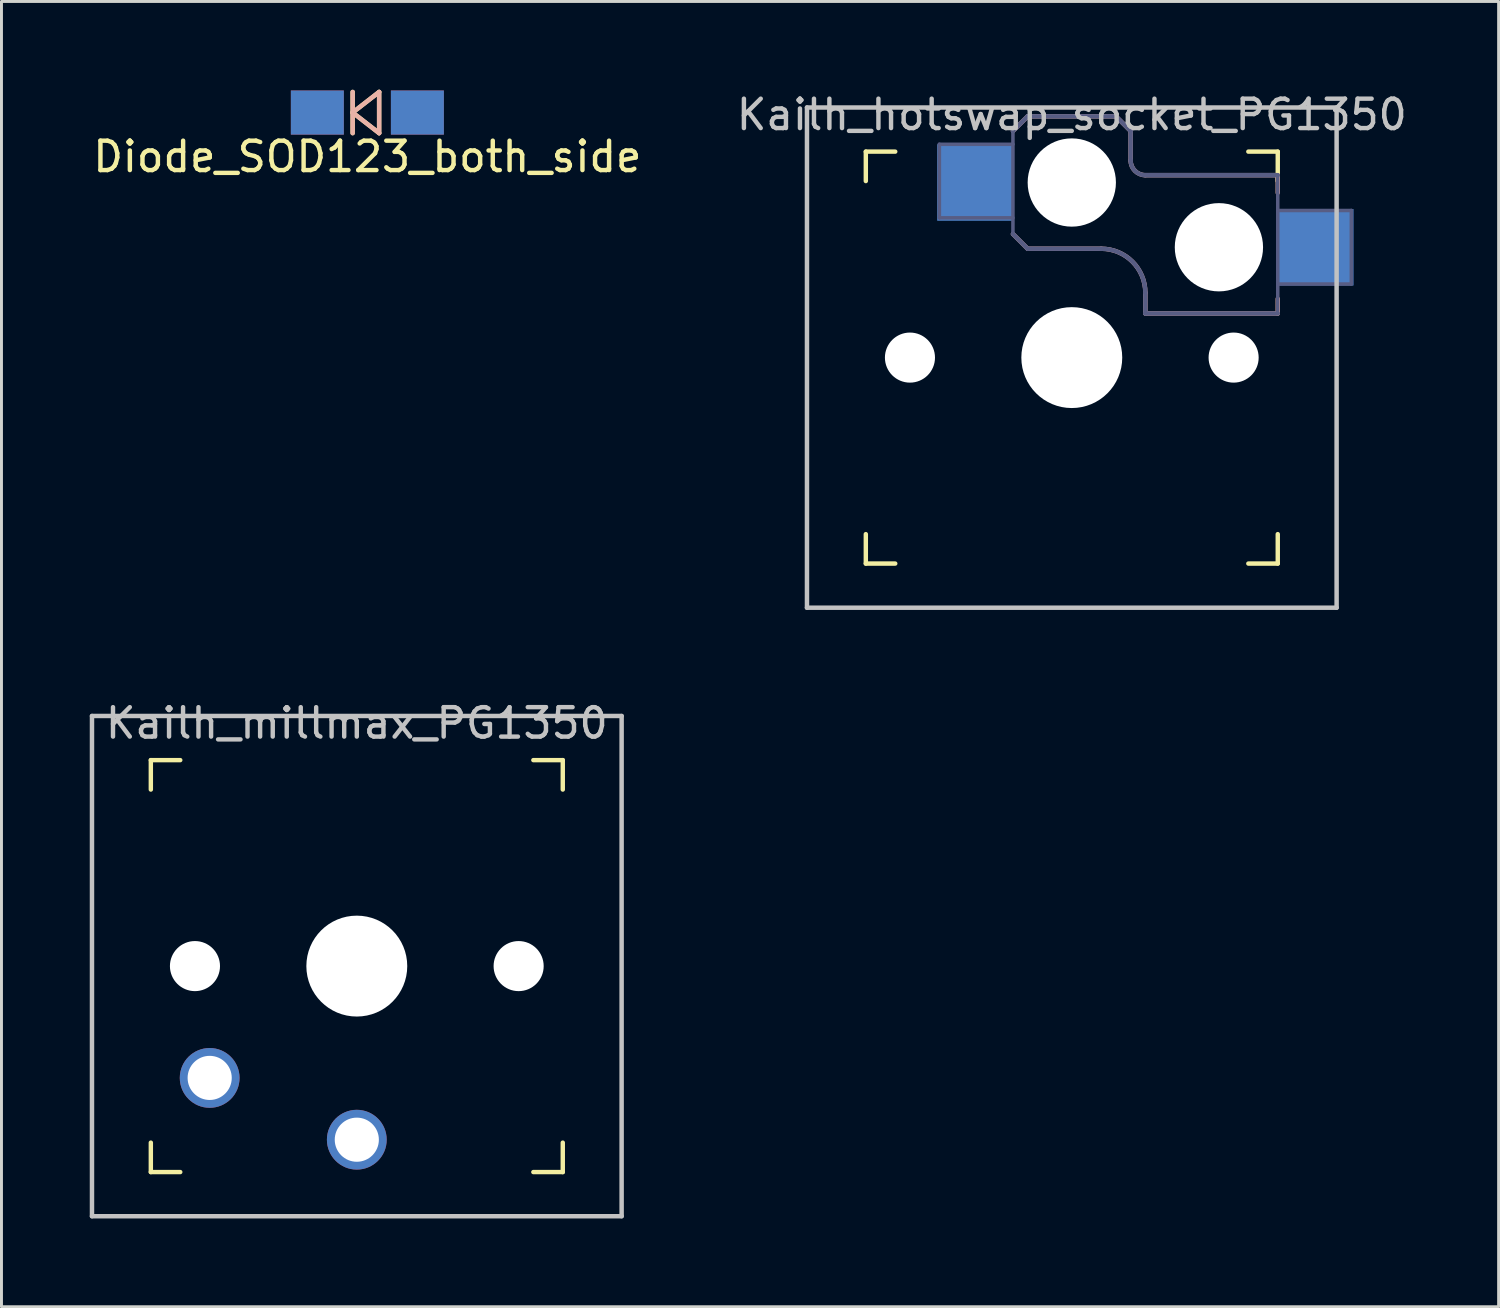
<source format=kicad_pcb>
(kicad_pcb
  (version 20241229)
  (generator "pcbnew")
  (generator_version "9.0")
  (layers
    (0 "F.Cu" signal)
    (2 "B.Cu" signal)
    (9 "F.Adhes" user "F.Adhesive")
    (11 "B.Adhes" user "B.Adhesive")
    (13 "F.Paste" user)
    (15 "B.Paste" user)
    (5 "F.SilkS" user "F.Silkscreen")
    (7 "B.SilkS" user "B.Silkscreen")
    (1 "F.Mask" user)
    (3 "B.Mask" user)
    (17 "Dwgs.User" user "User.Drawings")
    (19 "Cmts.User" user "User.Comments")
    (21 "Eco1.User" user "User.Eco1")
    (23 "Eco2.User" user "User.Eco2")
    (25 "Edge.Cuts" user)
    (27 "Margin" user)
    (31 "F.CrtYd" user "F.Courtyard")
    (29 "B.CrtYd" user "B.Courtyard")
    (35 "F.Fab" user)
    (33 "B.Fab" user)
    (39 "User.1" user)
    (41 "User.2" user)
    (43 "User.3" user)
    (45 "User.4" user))
  (footprint "Diode_SOD123_both_side"
    (placed yes)
    (layer "F.Cu")
    (at 9.435 0.775)
    (property "Reference" "Diode_SOD123_both_side" (at 0 1.5 180) (layer "F.SilkS") (effects (font (size 1 1) (thickness 0.15))))
    (attr through_hole)
    (fp_line (start -0.5 -0.7) (end -0.5 0.7) (stroke (width 0.15) (type solid)) (layer "F.SilkS"))
    (fp_line (start -0.5 0) (end 0.4 -0.7) (stroke (width 0.15) (type solid)) (layer "F.SilkS"))
    (fp_line (start 0.4 -0.7) (end 0.4 0.7) (stroke (width 0.15) (type solid)) (layer "F.SilkS"))
    (fp_line (start 0.4 0.7) (end -0.5 0) (stroke (width 0.15) (type solid)) (layer "F.SilkS"))
    (fp_line (start -0.5 0) (end 0.4 0.7) (stroke (width 0.15) (type solid)) (layer "B.SilkS"))
    (fp_line (start -0.5 0.7) (end -0.5 -0.7) (stroke (width 0.15) (type solid)) (layer "B.SilkS"))
    (fp_line (start 0.4 -0.7) (end -0.5 0) (stroke (width 0.15) (type solid)) (layer "B.SilkS"))
    (fp_line (start 0.4 0.7) (end 0.4 -0.7) (stroke (width 0.15) (type solid)) (layer "B.SilkS"))
    (pad "1" smd rect (at -1.7 0) (size 1.8 1.5) (layers "F.Cu" "F.Mask" "F.Paste"))
    (pad "1" smd rect (at -1.7 0 180) (size 1.8 1.5) (layers "B.Cu" "B.Mask" "B.Paste"))
    (pad "2" smd rect (at 1.7 0) (size 1.8 1.5) (layers "F.Cu" "F.Mask" "F.Paste"))
    (pad "2" smd rect (at 1.7 0 180) (size 1.8 1.5) (layers "B.Cu" "B.Mask" "B.Paste")))
  (footprint "Kailh_millmax_PG1350"
    (layer "F.Cu")
    (at 9.076 29.783)
    (property "Reference" "Kailh_millmax_PG1350" (at 0 -8.255 0) (layer "Dwgs.User") (effects (font (size 1 1) (thickness 0.15))))
    (attr through_hole)
    (fp_line (start -7 -6) (end -7 -7) (stroke (width 0.15) (type solid)) (layer "F.SilkS"))
    (fp_line (start -7 7) (end -7 6) (stroke (width 0.15) (type solid)) (layer "F.SilkS"))
    (fp_line (start -7 7) (end -6 7) (stroke (width 0.15) (type solid)) (layer "F.SilkS"))
    (fp_line (start -6 -7) (end -7 -7) (stroke (width 0.15) (type solid)) (layer "F.SilkS"))
    (fp_line (start 6 7) (end 7 7) (stroke (width 0.15) (type solid)) (layer "F.SilkS"))
    (fp_line (start 7 -7) (end 6 -7) (stroke (width 0.15) (type solid)) (layer "F.SilkS"))
    (fp_line (start 7 -7) (end 7 -6) (stroke (width 0.15) (type solid)) (layer "F.SilkS"))
    (fp_line (start 7 6) (end 7 7) (stroke (width 0.15) (type solid)) (layer "F.SilkS"))
    (fp_line (start -9 -8.5) (end 9 -8.5) (stroke (width 0.152) (type solid)) (layer "Dwgs.User"))
    (fp_line (start -9 8.5) (end -9 -8.5) (stroke (width 0.152) (type solid)) (layer "Dwgs.User"))
    (fp_line (start 9 -8.5) (end 9 8.5) (stroke (width 0.152) (type solid)) (layer "Dwgs.User"))
    (fp_line (start 9 8.5) (end -9 8.5) (stroke (width 0.152) (type solid)) (layer "Dwgs.User"))
    (fp_line (start -6.9 6.9) (end -6.9 -6.9) (stroke (width 0.15) (type solid)) (layer "Eco2.User"))
    (fp_line (start -6.9 6.9) (end 6.9 6.9) (stroke (width 0.15) (type solid)) (layer "Eco2.User"))
    (fp_line (start -2.6 -3.1) (end -2.6 -6.3) (stroke (width 0.15) (type solid)) (layer "Eco2.User"))
    (fp_line (start -2.6 -3.1) (end 2.6 -3.1) (stroke (width 0.15) (type solid)) (layer "Eco2.User"))
    (fp_line (start 2.6 -6.3) (end -2.6 -6.3) (stroke (width 0.15) (type solid)) (layer "Eco2.User"))
    (fp_line (start 2.6 -3.1) (end 2.6 -6.3) (stroke (width 0.15) (type solid)) (layer "Eco2.User"))
    (fp_line (start 6.9 -6.9) (end -6.9 -6.9) (stroke (width 0.15) (type solid)) (layer "Eco2.User"))
    (fp_line (start 6.9 -6.9) (end 6.9 6.9) (stroke (width 0.15) (type solid)) (layer "Eco2.User"))
    (pad "" np_thru_hole circle (at -5.5 0) (size 1.702 1.702) (drill 1.702) (layers "*.Cu" "*.Mask"))
    (pad "" np_thru_hole circle (at 0 0) (size 3.429 3.429) (drill 3.429) (layers "*.Cu" "*.Mask"))
    (pad "" np_thru_hole circle (at 5.5 0) (size 1.702 1.702) (drill 1.702) (layers "*.Cu" "*.Mask"))
    (pad "1" thru_hole circle (at 0 5.9) (size 2.032 2.032) (drill 1.5) (layers "*.Cu" "*.Mask"))
    (pad "2" thru_hole circle (at -5 3.8) (size 2.032 2.032) (drill 1.5) (layers "*.Cu" "*.Mask")))
  (footprint "Kailh_hotswap_socket_PG1350"
    (layer "F.Cu")
    (at 33.375 9.103)
    (property "Reference" "Kailh_hotswap_socket_PG1350" (at 0 -8.255 0) (layer "Dwgs.User") (effects (font (size 1 1) (thickness 0.15))))
    (attr through_hole)
    (fp_line (start -7 -6) (end -7 -7) (stroke (width 0.15) (type solid)) (layer "F.SilkS"))
    (fp_line (start -7 7) (end -7 6) (stroke (width 0.15) (type solid)) (layer "F.SilkS"))
    (fp_line (start -7 7) (end -6 7) (stroke (width 0.15) (type solid)) (layer "F.SilkS"))
    (fp_line (start -6 -7) (end -7 -7) (stroke (width 0.15) (type solid)) (layer "F.SilkS"))
    (fp_line (start 6 7) (end 7 7) (stroke (width 0.15) (type solid)) (layer "F.SilkS"))
    (fp_line (start 7 -7) (end 6 -7) (stroke (width 0.15) (type solid)) (layer "F.SilkS"))
    (fp_line (start 7 -7) (end 7 -6) (stroke (width 0.15) (type solid)) (layer "F.SilkS"))
    (fp_line (start 7 6) (end 7 7) (stroke (width 0.15) (type solid)) (layer "F.SilkS"))
    (fp_line (start -2 -7.7) (end -1.5 -8.2) (stroke (width 0.15) (type solid)) (layer "B.SilkS"))
    (fp_line (start -2 -4.2) (end -1.5 -3.7) (stroke (width 0.15) (type solid)) (layer "B.SilkS"))
    (fp_line (start -1.5 -8.2) (end 1.5 -8.2) (stroke (width 0.15) (type solid)) (layer "B.SilkS"))
    (fp_line (start -1.5 -3.7) (end 1 -3.7) (stroke (width 0.15) (type solid)) (layer "B.SilkS"))
    (fp_line (start 1.5 -8.2) (end 2 -7.7) (stroke (width 0.15) (type solid)) (layer "B.SilkS"))
    (fp_line (start 2 -6.7) (end 2 -7.7) (stroke (width 0.15) (type solid)) (layer "B.SilkS"))
    (fp_line (start 2.5 -2.2) (end 2.5 -1.5) (stroke (width 0.15) (type solid)) (layer "B.SilkS"))
    (fp_line (start 2.5 -1.5) (end 7 -1.5) (stroke (width 0.15) (type solid)) (layer "B.SilkS"))
    (fp_line (start 7 -6.2) (end 2.5 -6.2) (stroke (width 0.15) (type solid)) (layer "B.SilkS"))
    (fp_line (start 7 -5.6) (end 7 -6.2) (stroke (width 0.15) (type solid)) (layer "B.SilkS"))
    (fp_line (start 7 -1.5) (end 7 -2) (stroke (width 0.15) (type solid)) (layer "B.SilkS"))
    (fp_arc (start 1 -3.7) (mid 2.06066 -3.26066) (end 2.5 -2.2) (stroke (width 0.15) (type solid)) (layer "B.SilkS"))
    (fp_arc (start 2.5 -6.2) (mid 2.146447 -6.346447) (end 2 -6.7) (stroke (width 0.15) (type solid)) (layer "B.SilkS"))
    (fp_line (start -9 -8.5) (end 9 -8.5) (stroke (width 0.152) (type solid)) (layer "Dwgs.User"))
    (fp_line (start -9 8.5) (end -9 -8.5) (stroke (width 0.152) (type solid)) (layer "Dwgs.User"))
    (fp_line (start 9 -8.5) (end 9 8.5) (stroke (width 0.152) (type solid)) (layer "Dwgs.User"))
    (fp_line (start 9 8.5) (end -9 8.5) (stroke (width 0.152) (type solid)) (layer "Dwgs.User"))
    (fp_line (start -6.9 6.9) (end -6.9 -6.9) (stroke (width 0.15) (type solid)) (layer "Eco2.User"))
    (fp_line (start -6.9 6.9) (end 6.9 6.9) (stroke (width 0.15) (type solid)) (layer "Eco2.User"))
    (fp_line (start -2.6 -3.1) (end -2.6 -6.3) (stroke (width 0.15) (type solid)) (layer "Eco2.User"))
    (fp_line (start -2.6 -3.1) (end 2.6 -3.1) (stroke (width 0.15) (type solid)) (layer "Eco2.User"))
    (fp_line (start 2.6 -6.3) (end -2.6 -6.3) (stroke (width 0.15) (type solid)) (layer "Eco2.User"))
    (fp_line (start 2.6 -3.1) (end 2.6 -6.3) (stroke (width 0.15) (type solid)) (layer "Eco2.User"))
    (fp_line (start 6.9 -6.9) (end -6.9 -6.9) (stroke (width 0.15) (type solid)) (layer "Eco2.User"))
    (fp_line (start 6.9 -6.9) (end 6.9 6.9) (stroke (width 0.15) (type solid)) (layer "Eco2.User"))
    (fp_line (start -4.5 -7.25) (end -2 -7.25) (stroke (width 0.12) (type solid)) (layer "B.Fab"))
    (fp_line (start -4.5 -4.75) (end -4.5 -7.25) (stroke (width 0.12) (type solid)) (layer "B.Fab"))
    (fp_line (start -2 -7.7) (end -1.5 -8.2) (stroke (width 0.15) (type solid)) (layer "B.Fab"))
    (fp_line (start -2 -4.75) (end -4.5 -4.75) (stroke (width 0.12) (type solid)) (layer "B.Fab"))
    (fp_line (start -2 -4.25) (end -2 -7.7) (stroke (width 0.12) (type solid)) (layer "B.Fab"))
    (fp_line (start -2 -4.2) (end -1.5 -3.7) (stroke (width 0.15) (type solid)) (layer "B.Fab"))
    (fp_line (start -1.5 -8.2) (end 1.5 -8.2) (stroke (width 0.15) (type solid)) (layer "B.Fab"))
    (fp_line (start -1.5 -3.7) (end 1 -3.7) (stroke (width 0.15) (type solid)) (layer "B.Fab"))
    (fp_line (start 1.5 -8.2) (end 2 -7.7) (stroke (width 0.15) (type solid)) (layer "B.Fab"))
    (fp_line (start 2 -6.7) (end 2 -7.7) (stroke (width 0.15) (type solid)) (layer "B.Fab"))
    (fp_line (start 2.5 -2.2) (end 2.5 -1.5) (stroke (width 0.15) (type solid)) (layer "B.Fab"))
    (fp_line (start 2.5 -1.5) (end 7 -1.5) (stroke (width 0.15) (type solid)) (layer "B.Fab"))
    (fp_line (start 7 -6.2) (end 2.5 -6.2) (stroke (width 0.15) (type solid)) (layer "B.Fab"))
    (fp_line (start 7 -5) (end 9.5 -5) (stroke (width 0.12) (type solid)) (layer "B.Fab"))
    (fp_line (start 7 -1.5) (end 7 -6.2) (stroke (width 0.12) (type solid)) (layer "B.Fab"))
    (fp_line (start 9.5 -5) (end 9.5 -2.5) (stroke (width 0.12) (type solid)) (layer "B.Fab"))
    (fp_line (start 9.5 -2.5) (end 7 -2.5) (stroke (width 0.12) (type solid)) (layer "B.Fab"))
    (fp_arc (start 1 -3.7) (mid 2.06066 -3.26066) (end 2.5 -2.2) (stroke (width 0.15) (type solid)) (layer "B.Fab"))
    (fp_arc (start 2.5 -6.2) (mid 2.146447 -6.346447) (end 2 -6.7) (stroke (width 0.15) (type solid)) (layer "B.Fab"))
    (pad "" np_thru_hole circle (at -5.5 0) (size 1.702 1.702) (drill 1.702) (layers "*.Cu" "*.Mask"))
    (pad "" np_thru_hole circle (at 0 -5.95) (size 3 3) (drill 3) (layers "*.Cu" "*.Mask"))
    (pad "" np_thru_hole circle (at 0 0) (size 3.429 3.429) (drill 3.429) (layers "*.Cu" "*.Mask"))
    (pad "" np_thru_hole circle (at 5 -3.75) (size 3 3) (drill 3) (layers "*.Cu" "*.Mask"))
    (pad "" np_thru_hole circle (at 5.5 0) (size 1.702 1.702) (drill 1.702) (layers "*.Cu" "*.Mask"))
    (pad "1" smd rect (at -3.275 -5.95) (size 2.6 2.6) (layers "B.Cu" "B.Mask" "B.Paste"))
    (pad "2" smd rect (at 8.275 -3.75) (size 2.6 2.6) (layers "B.Cu" "B.Mask" "B.Paste")))
  (gr_rect
    (start -3 -3)
    (end 47.881 41.359)
    (stroke (width 0.1) (type default))
    (fill no)
    (layer "Edge.Cuts")))
</source>
